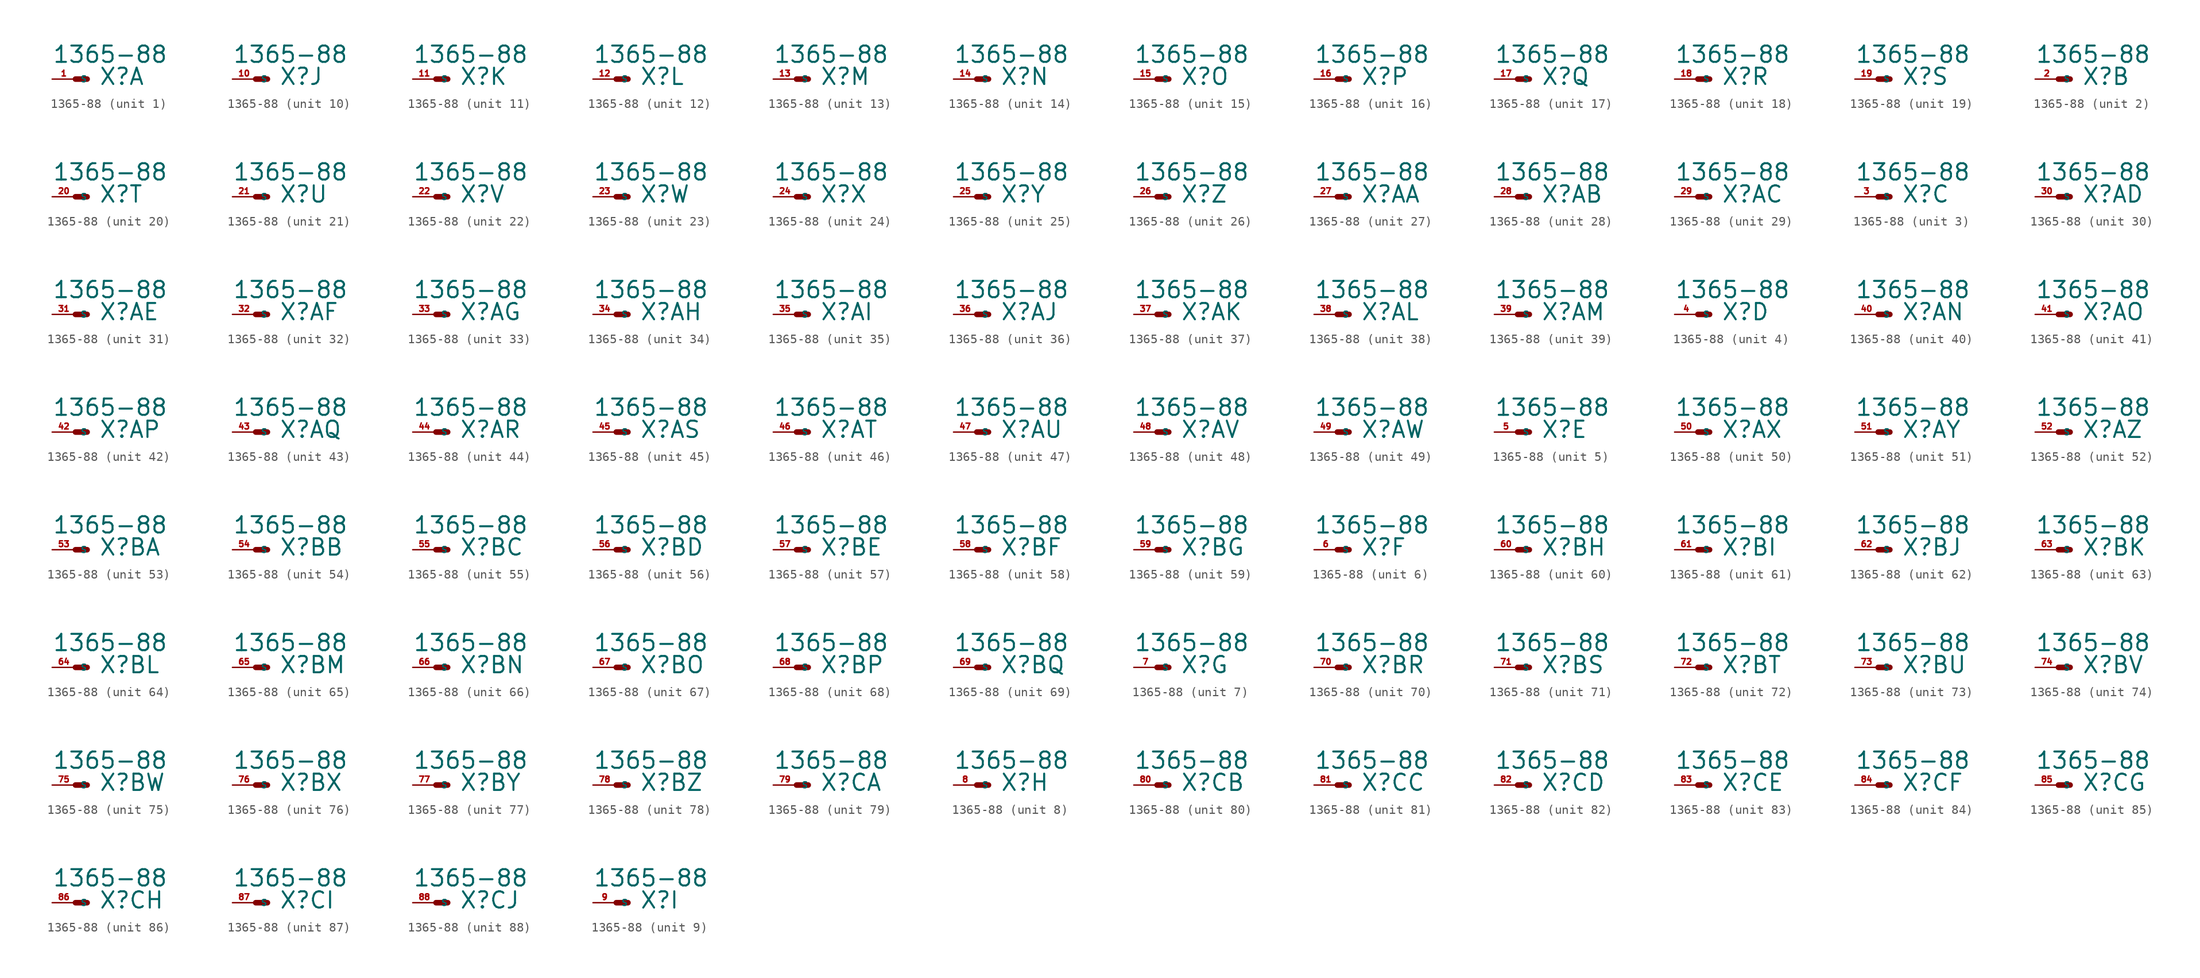
<source format=kicad_sym>
(kicad_symbol_lib
  (version 20220914)
  (generator Eagle2Kicad)
  (symbol "1365-88"
    (property "Reference" "X"
      (at 2.54 -0.762 0)
      (effects (font (size 1.778 1.778) (thickness 0.22)) (justify left bottom)))
    (property "Value" "1365-88"
      (at -2.54 1.651 0)
      (effects (font (size 1.778 1.778) (thickness 0.22)) (justify left bottom)))
    (symbol "1365-88_1_0"
      (polyline (pts (xy 0 0) (xy 1.27 0)) (stroke (width 0.61) (type default)) (fill (type none)))
      (pin passive line (at -2.54 0 0) (length 2.54) (name "S" (effects (font (size 0.635 0.635) (thickness 0.08)) (justify left bottom))) (number "1" (effects (font (size 0.635 0.635) (thickness 0.08)) (justify left bottom)))))
    (symbol "1365-88_2_0"
      (polyline (pts (xy 0 0) (xy 1.27 0)) (stroke (width 0.61) (type default)) (fill (type none)))
      (pin passive line (at -2.54 0 0) (length 2.54) (name "S" (effects (font (size 0.635 0.635) (thickness 0.08)) (justify left bottom))) (number "2" (effects (font (size 0.635 0.635) (thickness 0.08)) (justify left bottom)))))
    (symbol "1365-88_3_0"
      (polyline (pts (xy 0 0) (xy 1.27 0)) (stroke (width 0.61) (type default)) (fill (type none)))
      (pin passive line (at -2.54 0 0) (length 2.54) (name "S" (effects (font (size 0.635 0.635) (thickness 0.08)) (justify left bottom))) (number "3" (effects (font (size 0.635 0.635) (thickness 0.08)) (justify left bottom)))))
    (symbol "1365-88_4_0"
      (polyline (pts (xy 0 0) (xy 1.27 0)) (stroke (width 0.61) (type default)) (fill (type none)))
      (pin passive line (at -2.54 0 0) (length 2.54) (name "S" (effects (font (size 0.635 0.635) (thickness 0.08)) (justify left bottom))) (number "4" (effects (font (size 0.635 0.635) (thickness 0.08)) (justify left bottom)))))
    (symbol "1365-88_5_0"
      (polyline (pts (xy 0 0) (xy 1.27 0)) (stroke (width 0.61) (type default)) (fill (type none)))
      (pin passive line (at -2.54 0 0) (length 2.54) (name "S" (effects (font (size 0.635 0.635) (thickness 0.08)) (justify left bottom))) (number "5" (effects (font (size 0.635 0.635) (thickness 0.08)) (justify left bottom)))))
    (symbol "1365-88_6_0"
      (polyline (pts (xy 0 0) (xy 1.27 0)) (stroke (width 0.61) (type default)) (fill (type none)))
      (pin passive line (at -2.54 0 0) (length 2.54) (name "S" (effects (font (size 0.635 0.635) (thickness 0.08)) (justify left bottom))) (number "6" (effects (font (size 0.635 0.635) (thickness 0.08)) (justify left bottom)))))
    (symbol "1365-88_7_0"
      (polyline (pts (xy 0 0) (xy 1.27 0)) (stroke (width 0.61) (type default)) (fill (type none)))
      (pin passive line (at -2.54 0 0) (length 2.54) (name "S" (effects (font (size 0.635 0.635) (thickness 0.08)) (justify left bottom))) (number "7" (effects (font (size 0.635 0.635) (thickness 0.08)) (justify left bottom)))))
    (symbol "1365-88_8_0"
      (polyline (pts (xy 0 0) (xy 1.27 0)) (stroke (width 0.61) (type default)) (fill (type none)))
      (pin passive line (at -2.54 0 0) (length 2.54) (name "S" (effects (font (size 0.635 0.635) (thickness 0.08)) (justify left bottom))) (number "8" (effects (font (size 0.635 0.635) (thickness 0.08)) (justify left bottom)))))
    (symbol "1365-88_9_0"
      (polyline (pts (xy 0 0) (xy 1.27 0)) (stroke (width 0.61) (type default)) (fill (type none)))
      (pin passive line (at -2.54 0 0) (length 2.54) (name "S" (effects (font (size 0.635 0.635) (thickness 0.08)) (justify left bottom))) (number "9" (effects (font (size 0.635 0.635) (thickness 0.08)) (justify left bottom)))))
    (symbol "1365-88_10_0"
      (polyline (pts (xy 0 0) (xy 1.27 0)) (stroke (width 0.61) (type default)) (fill (type none)))
      (pin passive line (at -2.54 0 0) (length 2.54) (name "S" (effects (font (size 0.635 0.635) (thickness 0.08)) (justify left bottom))) (number "10" (effects (font (size 0.635 0.635) (thickness 0.08)) (justify left bottom)))))
    (symbol "1365-88_11_0"
      (polyline (pts (xy 0 0) (xy 1.27 0)) (stroke (width 0.61) (type default)) (fill (type none)))
      (pin passive line (at -2.54 0 0) (length 2.54) (name "S" (effects (font (size 0.635 0.635) (thickness 0.08)) (justify left bottom))) (number "11" (effects (font (size 0.635 0.635) (thickness 0.08)) (justify left bottom)))))
    (symbol "1365-88_12_0"
      (polyline (pts (xy 0 0) (xy 1.27 0)) (stroke (width 0.61) (type default)) (fill (type none)))
      (pin passive line (at -2.54 0 0) (length 2.54) (name "S" (effects (font (size 0.635 0.635) (thickness 0.08)) (justify left bottom))) (number "12" (effects (font (size 0.635 0.635) (thickness 0.08)) (justify left bottom)))))
    (symbol "1365-88_13_0"
      (polyline (pts (xy 0 0) (xy 1.27 0)) (stroke (width 0.61) (type default)) (fill (type none)))
      (pin passive line (at -2.54 0 0) (length 2.54) (name "S" (effects (font (size 0.635 0.635) (thickness 0.08)) (justify left bottom))) (number "13" (effects (font (size 0.635 0.635) (thickness 0.08)) (justify left bottom)))))
    (symbol "1365-88_14_0"
      (polyline (pts (xy 0 0) (xy 1.27 0)) (stroke (width 0.61) (type default)) (fill (type none)))
      (pin passive line (at -2.54 0 0) (length 2.54) (name "S" (effects (font (size 0.635 0.635) (thickness 0.08)) (justify left bottom))) (number "14" (effects (font (size 0.635 0.635) (thickness 0.08)) (justify left bottom)))))
    (symbol "1365-88_15_0"
      (polyline (pts (xy 0 0) (xy 1.27 0)) (stroke (width 0.61) (type default)) (fill (type none)))
      (pin passive line (at -2.54 0 0) (length 2.54) (name "S" (effects (font (size 0.635 0.635) (thickness 0.08)) (justify left bottom))) (number "15" (effects (font (size 0.635 0.635) (thickness 0.08)) (justify left bottom)))))
    (symbol "1365-88_16_0"
      (polyline (pts (xy 0 0) (xy 1.27 0)) (stroke (width 0.61) (type default)) (fill (type none)))
      (pin passive line (at -2.54 0 0) (length 2.54) (name "S" (effects (font (size 0.635 0.635) (thickness 0.08)) (justify left bottom))) (number "16" (effects (font (size 0.635 0.635) (thickness 0.08)) (justify left bottom)))))
    (symbol "1365-88_17_0"
      (polyline (pts (xy 0 0) (xy 1.27 0)) (stroke (width 0.61) (type default)) (fill (type none)))
      (pin passive line (at -2.54 0 0) (length 2.54) (name "S" (effects (font (size 0.635 0.635) (thickness 0.08)) (justify left bottom))) (number "17" (effects (font (size 0.635 0.635) (thickness 0.08)) (justify left bottom)))))
    (symbol "1365-88_18_0"
      (polyline (pts (xy 0 0) (xy 1.27 0)) (stroke (width 0.61) (type default)) (fill (type none)))
      (pin passive line (at -2.54 0 0) (length 2.54) (name "S" (effects (font (size 0.635 0.635) (thickness 0.08)) (justify left bottom))) (number "18" (effects (font (size 0.635 0.635) (thickness 0.08)) (justify left bottom)))))
    (symbol "1365-88_19_0"
      (polyline (pts (xy 0 0) (xy 1.27 0)) (stroke (width 0.61) (type default)) (fill (type none)))
      (pin passive line (at -2.54 0 0) (length 2.54) (name "S" (effects (font (size 0.635 0.635) (thickness 0.08)) (justify left bottom))) (number "19" (effects (font (size 0.635 0.635) (thickness 0.08)) (justify left bottom)))))
    (symbol "1365-88_20_0"
      (polyline (pts (xy 0 0) (xy 1.27 0)) (stroke (width 0.61) (type default)) (fill (type none)))
      (pin passive line (at -2.54 0 0) (length 2.54) (name "S" (effects (font (size 0.635 0.635) (thickness 0.08)) (justify left bottom))) (number "20" (effects (font (size 0.635 0.635) (thickness 0.08)) (justify left bottom)))))
    (symbol "1365-88_21_0"
      (polyline (pts (xy 0 0) (xy 1.27 0)) (stroke (width 0.61) (type default)) (fill (type none)))
      (pin passive line (at -2.54 0 0) (length 2.54) (name "S" (effects (font (size 0.635 0.635) (thickness 0.08)) (justify left bottom))) (number "21" (effects (font (size 0.635 0.635) (thickness 0.08)) (justify left bottom)))))
    (symbol "1365-88_22_0"
      (polyline (pts (xy 0 0) (xy 1.27 0)) (stroke (width 0.61) (type default)) (fill (type none)))
      (pin passive line (at -2.54 0 0) (length 2.54) (name "S" (effects (font (size 0.635 0.635) (thickness 0.08)) (justify left bottom))) (number "22" (effects (font (size 0.635 0.635) (thickness 0.08)) (justify left bottom)))))
    (symbol "1365-88_23_0"
      (polyline (pts (xy 0 0) (xy 1.27 0)) (stroke (width 0.61) (type default)) (fill (type none)))
      (pin passive line (at -2.54 0 0) (length 2.54) (name "S" (effects (font (size 0.635 0.635) (thickness 0.08)) (justify left bottom))) (number "23" (effects (font (size 0.635 0.635) (thickness 0.08)) (justify left bottom)))))
    (symbol "1365-88_24_0"
      (polyline (pts (xy 0 0) (xy 1.27 0)) (stroke (width 0.61) (type default)) (fill (type none)))
      (pin passive line (at -2.54 0 0) (length 2.54) (name "S" (effects (font (size 0.635 0.635) (thickness 0.08)) (justify left bottom))) (number "24" (effects (font (size 0.635 0.635) (thickness 0.08)) (justify left bottom)))))
    (symbol "1365-88_25_0"
      (polyline (pts (xy 0 0) (xy 1.27 0)) (stroke (width 0.61) (type default)) (fill (type none)))
      (pin passive line (at -2.54 0 0) (length 2.54) (name "S" (effects (font (size 0.635 0.635) (thickness 0.08)) (justify left bottom))) (number "25" (effects (font (size 0.635 0.635) (thickness 0.08)) (justify left bottom)))))
    (symbol "1365-88_26_0"
      (polyline (pts (xy 0 0) (xy 1.27 0)) (stroke (width 0.61) (type default)) (fill (type none)))
      (pin passive line (at -2.54 0 0) (length 2.54) (name "S" (effects (font (size 0.635 0.635) (thickness 0.08)) (justify left bottom))) (number "26" (effects (font (size 0.635 0.635) (thickness 0.08)) (justify left bottom)))))
    (symbol "1365-88_27_0"
      (polyline (pts (xy 0 0) (xy 1.27 0)) (stroke (width 0.61) (type default)) (fill (type none)))
      (pin passive line (at -2.54 0 0) (length 2.54) (name "S" (effects (font (size 0.635 0.635) (thickness 0.08)) (justify left bottom))) (number "27" (effects (font (size 0.635 0.635) (thickness 0.08)) (justify left bottom)))))
    (symbol "1365-88_28_0"
      (polyline (pts (xy 0 0) (xy 1.27 0)) (stroke (width 0.61) (type default)) (fill (type none)))
      (pin passive line (at -2.54 0 0) (length 2.54) (name "S" (effects (font (size 0.635 0.635) (thickness 0.08)) (justify left bottom))) (number "28" (effects (font (size 0.635 0.635) (thickness 0.08)) (justify left bottom)))))
    (symbol "1365-88_29_0"
      (polyline (pts (xy 0 0) (xy 1.27 0)) (stroke (width 0.61) (type default)) (fill (type none)))
      (pin passive line (at -2.54 0 0) (length 2.54) (name "S" (effects (font (size 0.635 0.635) (thickness 0.08)) (justify left bottom))) (number "29" (effects (font (size 0.635 0.635) (thickness 0.08)) (justify left bottom)))))
    (symbol "1365-88_30_0"
      (polyline (pts (xy 0 0) (xy 1.27 0)) (stroke (width 0.61) (type default)) (fill (type none)))
      (pin passive line (at -2.54 0 0) (length 2.54) (name "S" (effects (font (size 0.635 0.635) (thickness 0.08)) (justify left bottom))) (number "30" (effects (font (size 0.635 0.635) (thickness 0.08)) (justify left bottom)))))
    (symbol "1365-88_31_0"
      (polyline (pts (xy 0 0) (xy 1.27 0)) (stroke (width 0.61) (type default)) (fill (type none)))
      (pin passive line (at -2.54 0 0) (length 2.54) (name "S" (effects (font (size 0.635 0.635) (thickness 0.08)) (justify left bottom))) (number "31" (effects (font (size 0.635 0.635) (thickness 0.08)) (justify left bottom)))))
    (symbol "1365-88_32_0"
      (polyline (pts (xy 0 0) (xy 1.27 0)) (stroke (width 0.61) (type default)) (fill (type none)))
      (pin passive line (at -2.54 0 0) (length 2.54) (name "S" (effects (font (size 0.635 0.635) (thickness 0.08)) (justify left bottom))) (number "32" (effects (font (size 0.635 0.635) (thickness 0.08)) (justify left bottom)))))
    (symbol "1365-88_33_0"
      (polyline (pts (xy 0 0) (xy 1.27 0)) (stroke (width 0.61) (type default)) (fill (type none)))
      (pin passive line (at -2.54 0 0) (length 2.54) (name "S" (effects (font (size 0.635 0.635) (thickness 0.08)) (justify left bottom))) (number "33" (effects (font (size 0.635 0.635) (thickness 0.08)) (justify left bottom)))))
    (symbol "1365-88_34_0"
      (polyline (pts (xy 0 0) (xy 1.27 0)) (stroke (width 0.61) (type default)) (fill (type none)))
      (pin passive line (at -2.54 0 0) (length 2.54) (name "S" (effects (font (size 0.635 0.635) (thickness 0.08)) (justify left bottom))) (number "34" (effects (font (size 0.635 0.635) (thickness 0.08)) (justify left bottom)))))
    (symbol "1365-88_35_0"
      (polyline (pts (xy 0 0) (xy 1.27 0)) (stroke (width 0.61) (type default)) (fill (type none)))
      (pin passive line (at -2.54 0 0) (length 2.54) (name "S" (effects (font (size 0.635 0.635) (thickness 0.08)) (justify left bottom))) (number "35" (effects (font (size 0.635 0.635) (thickness 0.08)) (justify left bottom)))))
    (symbol "1365-88_36_0"
      (polyline (pts (xy 0 0) (xy 1.27 0)) (stroke (width 0.61) (type default)) (fill (type none)))
      (pin passive line (at -2.54 0 0) (length 2.54) (name "S" (effects (font (size 0.635 0.635) (thickness 0.08)) (justify left bottom))) (number "36" (effects (font (size 0.635 0.635) (thickness 0.08)) (justify left bottom)))))
    (symbol "1365-88_37_0"
      (polyline (pts (xy 0 0) (xy 1.27 0)) (stroke (width 0.61) (type default)) (fill (type none)))
      (pin passive line (at -2.54 0 0) (length 2.54) (name "S" (effects (font (size 0.635 0.635) (thickness 0.08)) (justify left bottom))) (number "37" (effects (font (size 0.635 0.635) (thickness 0.08)) (justify left bottom)))))
    (symbol "1365-88_38_0"
      (polyline (pts (xy 0 0) (xy 1.27 0)) (stroke (width 0.61) (type default)) (fill (type none)))
      (pin passive line (at -2.54 0 0) (length 2.54) (name "S" (effects (font (size 0.635 0.635) (thickness 0.08)) (justify left bottom))) (number "38" (effects (font (size 0.635 0.635) (thickness 0.08)) (justify left bottom)))))
    (symbol "1365-88_39_0"
      (polyline (pts (xy 0 0) (xy 1.27 0)) (stroke (width 0.61) (type default)) (fill (type none)))
      (pin passive line (at -2.54 0 0) (length 2.54) (name "S" (effects (font (size 0.635 0.635) (thickness 0.08)) (justify left bottom))) (number "39" (effects (font (size 0.635 0.635) (thickness 0.08)) (justify left bottom)))))
    (symbol "1365-88_40_0"
      (polyline (pts (xy 0 0) (xy 1.27 0)) (stroke (width 0.61) (type default)) (fill (type none)))
      (pin passive line (at -2.54 0 0) (length 2.54) (name "S" (effects (font (size 0.635 0.635) (thickness 0.08)) (justify left bottom))) (number "40" (effects (font (size 0.635 0.635) (thickness 0.08)) (justify left bottom)))))
    (symbol "1365-88_41_0"
      (polyline (pts (xy 0 0) (xy 1.27 0)) (stroke (width 0.61) (type default)) (fill (type none)))
      (pin passive line (at -2.54 0 0) (length 2.54) (name "S" (effects (font (size 0.635 0.635) (thickness 0.08)) (justify left bottom))) (number "41" (effects (font (size 0.635 0.635) (thickness 0.08)) (justify left bottom)))))
    (symbol "1365-88_42_0"
      (polyline (pts (xy 0 0) (xy 1.27 0)) (stroke (width 0.61) (type default)) (fill (type none)))
      (pin passive line (at -2.54 0 0) (length 2.54) (name "S" (effects (font (size 0.635 0.635) (thickness 0.08)) (justify left bottom))) (number "42" (effects (font (size 0.635 0.635) (thickness 0.08)) (justify left bottom)))))
    (symbol "1365-88_43_0"
      (polyline (pts (xy 0 0) (xy 1.27 0)) (stroke (width 0.61) (type default)) (fill (type none)))
      (pin passive line (at -2.54 0 0) (length 2.54) (name "S" (effects (font (size 0.635 0.635) (thickness 0.08)) (justify left bottom))) (number "43" (effects (font (size 0.635 0.635) (thickness 0.08)) (justify left bottom)))))
    (symbol "1365-88_44_0"
      (polyline (pts (xy 0 0) (xy 1.27 0)) (stroke (width 0.61) (type default)) (fill (type none)))
      (pin passive line (at -2.54 0 0) (length 2.54) (name "S" (effects (font (size 0.635 0.635) (thickness 0.08)) (justify left bottom))) (number "44" (effects (font (size 0.635 0.635) (thickness 0.08)) (justify left bottom)))))
    (symbol "1365-88_45_0"
      (polyline (pts (xy 0 0) (xy 1.27 0)) (stroke (width 0.61) (type default)) (fill (type none)))
      (pin passive line (at -2.54 0 0) (length 2.54) (name "S" (effects (font (size 0.635 0.635) (thickness 0.08)) (justify left bottom))) (number "45" (effects (font (size 0.635 0.635) (thickness 0.08)) (justify left bottom)))))
    (symbol "1365-88_46_0"
      (polyline (pts (xy 0 0) (xy 1.27 0)) (stroke (width 0.61) (type default)) (fill (type none)))
      (pin passive line (at -2.54 0 0) (length 2.54) (name "S" (effects (font (size 0.635 0.635) (thickness 0.08)) (justify left bottom))) (number "46" (effects (font (size 0.635 0.635) (thickness 0.08)) (justify left bottom)))))
    (symbol "1365-88_47_0"
      (polyline (pts (xy 0 0) (xy 1.27 0)) (stroke (width 0.61) (type default)) (fill (type none)))
      (pin passive line (at -2.54 0 0) (length 2.54) (name "S" (effects (font (size 0.635 0.635) (thickness 0.08)) (justify left bottom))) (number "47" (effects (font (size 0.635 0.635) (thickness 0.08)) (justify left bottom)))))
    (symbol "1365-88_48_0"
      (polyline (pts (xy 0 0) (xy 1.27 0)) (stroke (width 0.61) (type default)) (fill (type none)))
      (pin passive line (at -2.54 0 0) (length 2.54) (name "S" (effects (font (size 0.635 0.635) (thickness 0.08)) (justify left bottom))) (number "48" (effects (font (size 0.635 0.635) (thickness 0.08)) (justify left bottom)))))
    (symbol "1365-88_49_0"
      (polyline (pts (xy 0 0) (xy 1.27 0)) (stroke (width 0.61) (type default)) (fill (type none)))
      (pin passive line (at -2.54 0 0) (length 2.54) (name "S" (effects (font (size 0.635 0.635) (thickness 0.08)) (justify left bottom))) (number "49" (effects (font (size 0.635 0.635) (thickness 0.08)) (justify left bottom)))))
    (symbol "1365-88_50_0"
      (polyline (pts (xy 0 0) (xy 1.27 0)) (stroke (width 0.61) (type default)) (fill (type none)))
      (pin passive line (at -2.54 0 0) (length 2.54) (name "S" (effects (font (size 0.635 0.635) (thickness 0.08)) (justify left bottom))) (number "50" (effects (font (size 0.635 0.635) (thickness 0.08)) (justify left bottom)))))
    (symbol "1365-88_51_0"
      (polyline (pts (xy 0 0) (xy 1.27 0)) (stroke (width 0.61) (type default)) (fill (type none)))
      (pin passive line (at -2.54 0 0) (length 2.54) (name "S" (effects (font (size 0.635 0.635) (thickness 0.08)) (justify left bottom))) (number "51" (effects (font (size 0.635 0.635) (thickness 0.08)) (justify left bottom)))))
    (symbol "1365-88_52_0"
      (polyline (pts (xy 0 0) (xy 1.27 0)) (stroke (width 0.61) (type default)) (fill (type none)))
      (pin passive line (at -2.54 0 0) (length 2.54) (name "S" (effects (font (size 0.635 0.635) (thickness 0.08)) (justify left bottom))) (number "52" (effects (font (size 0.635 0.635) (thickness 0.08)) (justify left bottom)))))
    (symbol "1365-88_53_0"
      (polyline (pts (xy 0 0) (xy 1.27 0)) (stroke (width 0.61) (type default)) (fill (type none)))
      (pin passive line (at -2.54 0 0) (length 2.54) (name "S" (effects (font (size 0.635 0.635) (thickness 0.08)) (justify left bottom))) (number "53" (effects (font (size 0.635 0.635) (thickness 0.08)) (justify left bottom)))))
    (symbol "1365-88_54_0"
      (polyline (pts (xy 0 0) (xy 1.27 0)) (stroke (width 0.61) (type default)) (fill (type none)))
      (pin passive line (at -2.54 0 0) (length 2.54) (name "S" (effects (font (size 0.635 0.635) (thickness 0.08)) (justify left bottom))) (number "54" (effects (font (size 0.635 0.635) (thickness 0.08)) (justify left bottom)))))
    (symbol "1365-88_55_0"
      (polyline (pts (xy 0 0) (xy 1.27 0)) (stroke (width 0.61) (type default)) (fill (type none)))
      (pin passive line (at -2.54 0 0) (length 2.54) (name "S" (effects (font (size 0.635 0.635) (thickness 0.08)) (justify left bottom))) (number "55" (effects (font (size 0.635 0.635) (thickness 0.08)) (justify left bottom)))))
    (symbol "1365-88_56_0"
      (polyline (pts (xy 0 0) (xy 1.27 0)) (stroke (width 0.61) (type default)) (fill (type none)))
      (pin passive line (at -2.54 0 0) (length 2.54) (name "S" (effects (font (size 0.635 0.635) (thickness 0.08)) (justify left bottom))) (number "56" (effects (font (size 0.635 0.635) (thickness 0.08)) (justify left bottom)))))
    (symbol "1365-88_57_0"
      (polyline (pts (xy 0 0) (xy 1.27 0)) (stroke (width 0.61) (type default)) (fill (type none)))
      (pin passive line (at -2.54 0 0) (length 2.54) (name "S" (effects (font (size 0.635 0.635) (thickness 0.08)) (justify left bottom))) (number "57" (effects (font (size 0.635 0.635) (thickness 0.08)) (justify left bottom)))))
    (symbol "1365-88_58_0"
      (polyline (pts (xy 0 0) (xy 1.27 0)) (stroke (width 0.61) (type default)) (fill (type none)))
      (pin passive line (at -2.54 0 0) (length 2.54) (name "S" (effects (font (size 0.635 0.635) (thickness 0.08)) (justify left bottom))) (number "58" (effects (font (size 0.635 0.635) (thickness 0.08)) (justify left bottom)))))
    (symbol "1365-88_59_0"
      (polyline (pts (xy 0 0) (xy 1.27 0)) (stroke (width 0.61) (type default)) (fill (type none)))
      (pin passive line (at -2.54 0 0) (length 2.54) (name "S" (effects (font (size 0.635 0.635) (thickness 0.08)) (justify left bottom))) (number "59" (effects (font (size 0.635 0.635) (thickness 0.08)) (justify left bottom)))))
    (symbol "1365-88_60_0"
      (polyline (pts (xy 0 0) (xy 1.27 0)) (stroke (width 0.61) (type default)) (fill (type none)))
      (pin passive line (at -2.54 0 0) (length 2.54) (name "S" (effects (font (size 0.635 0.635) (thickness 0.08)) (justify left bottom))) (number "60" (effects (font (size 0.635 0.635) (thickness 0.08)) (justify left bottom)))))
    (symbol "1365-88_61_0"
      (polyline (pts (xy 0 0) (xy 1.27 0)) (stroke (width 0.61) (type default)) (fill (type none)))
      (pin passive line (at -2.54 0 0) (length 2.54) (name "S" (effects (font (size 0.635 0.635) (thickness 0.08)) (justify left bottom))) (number "61" (effects (font (size 0.635 0.635) (thickness 0.08)) (justify left bottom)))))
    (symbol "1365-88_62_0"
      (polyline (pts (xy 0 0) (xy 1.27 0)) (stroke (width 0.61) (type default)) (fill (type none)))
      (pin passive line (at -2.54 0 0) (length 2.54) (name "S" (effects (font (size 0.635 0.635) (thickness 0.08)) (justify left bottom))) (number "62" (effects (font (size 0.635 0.635) (thickness 0.08)) (justify left bottom)))))
    (symbol "1365-88_63_0"
      (polyline (pts (xy 0 0) (xy 1.27 0)) (stroke (width 0.61) (type default)) (fill (type none)))
      (pin passive line (at -2.54 0 0) (length 2.54) (name "S" (effects (font (size 0.635 0.635) (thickness 0.08)) (justify left bottom))) (number "63" (effects (font (size 0.635 0.635) (thickness 0.08)) (justify left bottom)))))
    (symbol "1365-88_64_0"
      (polyline (pts (xy 0 0) (xy 1.27 0)) (stroke (width 0.61) (type default)) (fill (type none)))
      (pin passive line (at -2.54 0 0) (length 2.54) (name "S" (effects (font (size 0.635 0.635) (thickness 0.08)) (justify left bottom))) (number "64" (effects (font (size 0.635 0.635) (thickness 0.08)) (justify left bottom)))))
    (symbol "1365-88_65_0"
      (polyline (pts (xy 0 0) (xy 1.27 0)) (stroke (width 0.61) (type default)) (fill (type none)))
      (pin passive line (at -2.54 0 0) (length 2.54) (name "S" (effects (font (size 0.635 0.635) (thickness 0.08)) (justify left bottom))) (number "65" (effects (font (size 0.635 0.635) (thickness 0.08)) (justify left bottom)))))
    (symbol "1365-88_66_0"
      (polyline (pts (xy 0 0) (xy 1.27 0)) (stroke (width 0.61) (type default)) (fill (type none)))
      (pin passive line (at -2.54 0 0) (length 2.54) (name "S" (effects (font (size 0.635 0.635) (thickness 0.08)) (justify left bottom))) (number "66" (effects (font (size 0.635 0.635) (thickness 0.08)) (justify left bottom)))))
    (symbol "1365-88_67_0"
      (polyline (pts (xy 0 0) (xy 1.27 0)) (stroke (width 0.61) (type default)) (fill (type none)))
      (pin passive line (at -2.54 0 0) (length 2.54) (name "S" (effects (font (size 0.635 0.635) (thickness 0.08)) (justify left bottom))) (number "67" (effects (font (size 0.635 0.635) (thickness 0.08)) (justify left bottom)))))
    (symbol "1365-88_68_0"
      (polyline (pts (xy 0 0) (xy 1.27 0)) (stroke (width 0.61) (type default)) (fill (type none)))
      (pin passive line (at -2.54 0 0) (length 2.54) (name "S" (effects (font (size 0.635 0.635) (thickness 0.08)) (justify left bottom))) (number "68" (effects (font (size 0.635 0.635) (thickness 0.08)) (justify left bottom)))))
    (symbol "1365-88_69_0"
      (polyline (pts (xy 0 0) (xy 1.27 0)) (stroke (width 0.61) (type default)) (fill (type none)))
      (pin passive line (at -2.54 0 0) (length 2.54) (name "S" (effects (font (size 0.635 0.635) (thickness 0.08)) (justify left bottom))) (number "69" (effects (font (size 0.635 0.635) (thickness 0.08)) (justify left bottom)))))
    (symbol "1365-88_70_0"
      (polyline (pts (xy 0 0) (xy 1.27 0)) (stroke (width 0.61) (type default)) (fill (type none)))
      (pin passive line (at -2.54 0 0) (length 2.54) (name "S" (effects (font (size 0.635 0.635) (thickness 0.08)) (justify left bottom))) (number "70" (effects (font (size 0.635 0.635) (thickness 0.08)) (justify left bottom)))))
    (symbol "1365-88_71_0"
      (polyline (pts (xy 0 0) (xy 1.27 0)) (stroke (width 0.61) (type default)) (fill (type none)))
      (pin passive line (at -2.54 0 0) (length 2.54) (name "S" (effects (font (size 0.635 0.635) (thickness 0.08)) (justify left bottom))) (number "71" (effects (font (size 0.635 0.635) (thickness 0.08)) (justify left bottom)))))
    (symbol "1365-88_72_0"
      (polyline (pts (xy 0 0) (xy 1.27 0)) (stroke (width 0.61) (type default)) (fill (type none)))
      (pin passive line (at -2.54 0 0) (length 2.54) (name "S" (effects (font (size 0.635 0.635) (thickness 0.08)) (justify left bottom))) (number "72" (effects (font (size 0.635 0.635) (thickness 0.08)) (justify left bottom)))))
    (symbol "1365-88_73_0"
      (polyline (pts (xy 0 0) (xy 1.27 0)) (stroke (width 0.61) (type default)) (fill (type none)))
      (pin passive line (at -2.54 0 0) (length 2.54) (name "S" (effects (font (size 0.635 0.635) (thickness 0.08)) (justify left bottom))) (number "73" (effects (font (size 0.635 0.635) (thickness 0.08)) (justify left bottom)))))
    (symbol "1365-88_74_0"
      (polyline (pts (xy 0 0) (xy 1.27 0)) (stroke (width 0.61) (type default)) (fill (type none)))
      (pin passive line (at -2.54 0 0) (length 2.54) (name "S" (effects (font (size 0.635 0.635) (thickness 0.08)) (justify left bottom))) (number "74" (effects (font (size 0.635 0.635) (thickness 0.08)) (justify left bottom)))))
    (symbol "1365-88_75_0"
      (polyline (pts (xy 0 0) (xy 1.27 0)) (stroke (width 0.61) (type default)) (fill (type none)))
      (pin passive line (at -2.54 0 0) (length 2.54) (name "S" (effects (font (size 0.635 0.635) (thickness 0.08)) (justify left bottom))) (number "75" (effects (font (size 0.635 0.635) (thickness 0.08)) (justify left bottom)))))
    (symbol "1365-88_76_0"
      (polyline (pts (xy 0 0) (xy 1.27 0)) (stroke (width 0.61) (type default)) (fill (type none)))
      (pin passive line (at -2.54 0 0) (length 2.54) (name "S" (effects (font (size 0.635 0.635) (thickness 0.08)) (justify left bottom))) (number "76" (effects (font (size 0.635 0.635) (thickness 0.08)) (justify left bottom)))))
    (symbol "1365-88_77_0"
      (polyline (pts (xy 0 0) (xy 1.27 0)) (stroke (width 0.61) (type default)) (fill (type none)))
      (pin passive line (at -2.54 0 0) (length 2.54) (name "S" (effects (font (size 0.635 0.635) (thickness 0.08)) (justify left bottom))) (number "77" (effects (font (size 0.635 0.635) (thickness 0.08)) (justify left bottom)))))
    (symbol "1365-88_78_0"
      (polyline (pts (xy 0 0) (xy 1.27 0)) (stroke (width 0.61) (type default)) (fill (type none)))
      (pin passive line (at -2.54 0 0) (length 2.54) (name "S" (effects (font (size 0.635 0.635) (thickness 0.08)) (justify left bottom))) (number "78" (effects (font (size 0.635 0.635) (thickness 0.08)) (justify left bottom)))))
    (symbol "1365-88_79_0"
      (polyline (pts (xy 0 0) (xy 1.27 0)) (stroke (width 0.61) (type default)) (fill (type none)))
      (pin passive line (at -2.54 0 0) (length 2.54) (name "S" (effects (font (size 0.635 0.635) (thickness 0.08)) (justify left bottom))) (number "79" (effects (font (size 0.635 0.635) (thickness 0.08)) (justify left bottom)))))
    (symbol "1365-88_80_0"
      (polyline (pts (xy 0 0) (xy 1.27 0)) (stroke (width 0.61) (type default)) (fill (type none)))
      (pin passive line (at -2.54 0 0) (length 2.54) (name "S" (effects (font (size 0.635 0.635) (thickness 0.08)) (justify left bottom))) (number "80" (effects (font (size 0.635 0.635) (thickness 0.08)) (justify left bottom)))))
    (symbol "1365-88_81_0"
      (polyline (pts (xy 0 0) (xy 1.27 0)) (stroke (width 0.61) (type default)) (fill (type none)))
      (pin passive line (at -2.54 0 0) (length 2.54) (name "S" (effects (font (size 0.635 0.635) (thickness 0.08)) (justify left bottom))) (number "81" (effects (font (size 0.635 0.635) (thickness 0.08)) (justify left bottom)))))
    (symbol "1365-88_82_0"
      (polyline (pts (xy 0 0) (xy 1.27 0)) (stroke (width 0.61) (type default)) (fill (type none)))
      (pin passive line (at -2.54 0 0) (length 2.54) (name "S" (effects (font (size 0.635 0.635) (thickness 0.08)) (justify left bottom))) (number "82" (effects (font (size 0.635 0.635) (thickness 0.08)) (justify left bottom)))))
    (symbol "1365-88_83_0"
      (polyline (pts (xy 0 0) (xy 1.27 0)) (stroke (width 0.61) (type default)) (fill (type none)))
      (pin passive line (at -2.54 0 0) (length 2.54) (name "S" (effects (font (size 0.635 0.635) (thickness 0.08)) (justify left bottom))) (number "83" (effects (font (size 0.635 0.635) (thickness 0.08)) (justify left bottom)))))
    (symbol "1365-88_84_0"
      (polyline (pts (xy 0 0) (xy 1.27 0)) (stroke (width 0.61) (type default)) (fill (type none)))
      (pin passive line (at -2.54 0 0) (length 2.54) (name "S" (effects (font (size 0.635 0.635) (thickness 0.08)) (justify left bottom))) (number "84" (effects (font (size 0.635 0.635) (thickness 0.08)) (justify left bottom)))))
    (symbol "1365-88_85_0"
      (polyline (pts (xy 0 0) (xy 1.27 0)) (stroke (width 0.61) (type default)) (fill (type none)))
      (pin passive line (at -2.54 0 0) (length 2.54) (name "S" (effects (font (size 0.635 0.635) (thickness 0.08)) (justify left bottom))) (number "85" (effects (font (size 0.635 0.635) (thickness 0.08)) (justify left bottom)))))
    (symbol "1365-88_86_0"
      (polyline (pts (xy 0 0) (xy 1.27 0)) (stroke (width 0.61) (type default)) (fill (type none)))
      (pin passive line (at -2.54 0 0) (length 2.54) (name "S" (effects (font (size 0.635 0.635) (thickness 0.08)) (justify left bottom))) (number "86" (effects (font (size 0.635 0.635) (thickness 0.08)) (justify left bottom)))))
    (symbol "1365-88_87_0"
      (polyline (pts (xy 0 0) (xy 1.27 0)) (stroke (width 0.61) (type default)) (fill (type none)))
      (pin passive line (at -2.54 0 0) (length 2.54) (name "S" (effects (font (size 0.635 0.635) (thickness 0.08)) (justify left bottom))) (number "87" (effects (font (size 0.635 0.635) (thickness 0.08)) (justify left bottom)))))
    (symbol "1365-88_88_0"
      (polyline (pts (xy 0 0) (xy 1.27 0)) (stroke (width 0.61) (type default)) (fill (type none)))
      (pin passive line (at -2.54 0 0) (length 2.54) (name "S" (effects (font (size 0.635 0.635) (thickness 0.08)) (justify left bottom))) (number "88" (effects (font (size 0.635 0.635) (thickness 0.08)) (justify left bottom)))))))
</source>
